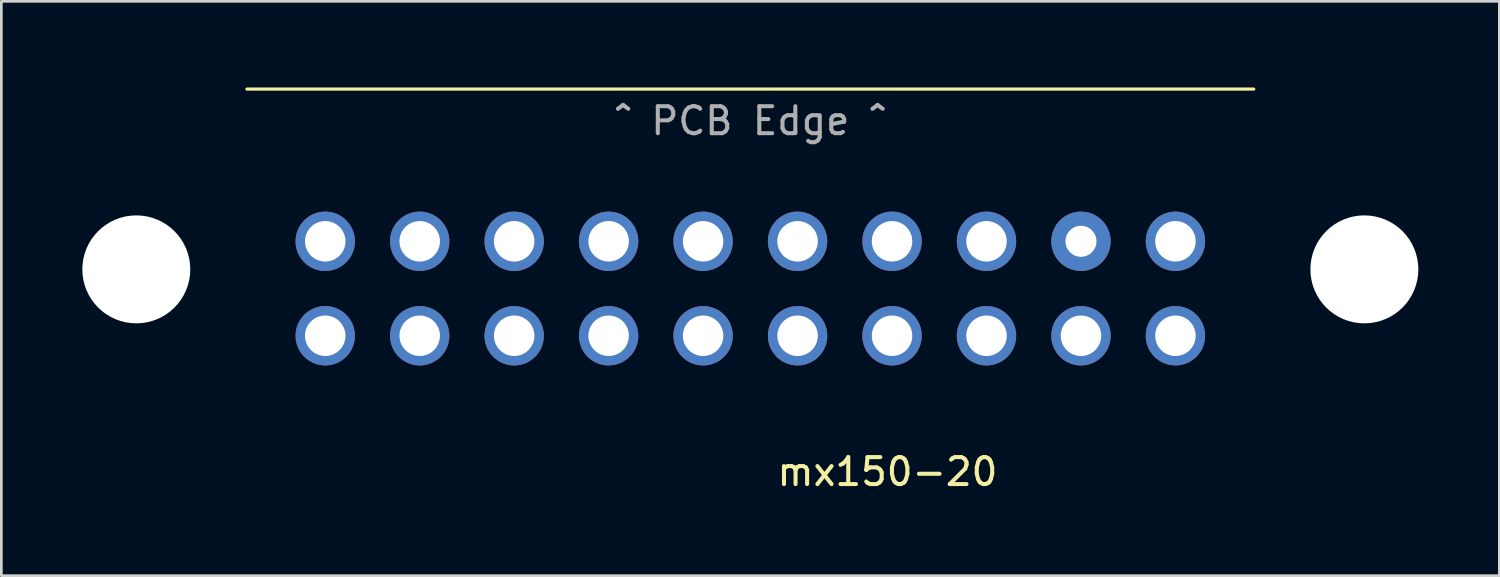
<source format=kicad_pcb>
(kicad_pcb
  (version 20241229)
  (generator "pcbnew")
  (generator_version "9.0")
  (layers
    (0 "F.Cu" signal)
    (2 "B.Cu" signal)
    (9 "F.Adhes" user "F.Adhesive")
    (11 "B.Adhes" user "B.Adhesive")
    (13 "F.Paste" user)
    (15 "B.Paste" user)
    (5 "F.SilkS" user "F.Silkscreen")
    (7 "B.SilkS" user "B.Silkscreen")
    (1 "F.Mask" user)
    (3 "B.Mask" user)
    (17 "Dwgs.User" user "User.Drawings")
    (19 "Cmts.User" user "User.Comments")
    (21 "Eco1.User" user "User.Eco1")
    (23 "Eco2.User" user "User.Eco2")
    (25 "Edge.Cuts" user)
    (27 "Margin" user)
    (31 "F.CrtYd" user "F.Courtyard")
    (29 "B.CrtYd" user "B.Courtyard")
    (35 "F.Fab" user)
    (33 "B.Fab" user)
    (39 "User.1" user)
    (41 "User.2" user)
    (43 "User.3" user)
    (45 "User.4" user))
  (footprint "mx150-20"
    (layer "F.Cu")
    (at 24.75 0.25)
    (property "Reference" "mx150-20" (at 5.08 14.18 0) (layer "F.SilkS") (effects (font (size 1 1) (thickness 0.15))))
    (attr through_hole)
    (fp_line (start 18.65 0) (end -18.65 0) (stroke (width 0.12) (type solid)) (layer "F.SilkS"))
    (fp_text user "^ PCB Edge ^" (at 0 1.18 0) (layer "F.Fab") (effects (font (size 1 1) (thickness 0.15))))
    (pad "" np_thru_hole circle (at -22.75 6.68) (size 4 4) (drill 4) (layers "*.Cu" "*.Mask"))
    (pad "" np_thru_hole circle (at 22.75 6.68) (size 4 4) (drill 4) (layers "*.Cu" "*.Mask"))
    (pad "1" thru_hole circle (at 15.75 9.14 180) (size 2.2 2.2) (drill 1.5) (layers "*.Cu" "*.Mask"))
    (pad "2" thru_hole circle (at 12.25 9.14 180) (size 2.2 2.2) (drill 1.5) (layers "*.Cu" "*.Mask"))
    (pad "3" thru_hole circle (at 8.75 9.14 180) (size 2.2 2.2) (drill 1.5) (layers "*.Cu" "*.Mask"))
    (pad "4" thru_hole circle (at 5.25 9.14 180) (size 2.2 2.2) (drill 1.5) (layers "*.Cu" "*.Mask"))
    (pad "5" thru_hole circle (at 1.75 9.14 180) (size 2.2 2.2) (drill 1.5) (layers "*.Cu" "*.Mask"))
    (pad "6" thru_hole circle (at -1.75 9.14 180) (size 2.2 2.2) (drill 1.5) (layers "*.Cu" "*.Mask"))
    (pad "7" thru_hole circle (at -5.25 9.14 180) (size 2.2 2.2) (drill 1.5) (layers "*.Cu" "*.Mask"))
    (pad "8" thru_hole circle (at -8.75 9.14 180) (size 2.2 2.2) (drill 1.5) (layers "*.Cu" "*.Mask"))
    (pad "9" thru_hole circle (at -12.25 9.14 180) (size 2.2 2.2) (drill 1.5) (layers "*.Cu" "*.Mask"))
    (pad "10" thru_hole circle (at -15.75 9.14 180) (size 2.2 2.2) (drill 1.5) (layers "*.Cu" "*.Mask"))
    (pad "11" thru_hole circle (at 15.75 5.64 180) (size 2.2 2.2) (drill 1.5) (layers "*.Cu" "*.Mask"))
    (pad "12" thru_hole circle (at 12.25 5.64 180) (size 2.2 2.2) (drill 1.15) (layers "*.Cu" "*.Mask"))
    (pad "13" thru_hole circle (at 8.75 5.64 180) (size 2.2 2.2) (drill 1.5) (layers "*.Cu" "*.Mask"))
    (pad "14" thru_hole circle (at 5.25 5.64 180) (size 2.2 2.2) (drill 1.5) (layers "*.Cu" "*.Mask"))
    (pad "15" thru_hole circle (at 1.75 5.64 180) (size 2.2 2.2) (drill 1.5) (layers "*.Cu" "*.Mask"))
    (pad "16" thru_hole circle (at -1.75 5.64 180) (size 2.2 2.2) (drill 1.5) (layers "*.Cu" "*.Mask"))
    (pad "17" thru_hole circle (at -5.25 5.64 180) (size 2.2 2.2) (drill 1.5) (layers "*.Cu" "*.Mask"))
    (pad "18" thru_hole circle (at -8.75 5.64 180) (size 2.2 2.2) (drill 1.5) (layers "*.Cu" "*.Mask"))
    (pad "19" thru_hole circle (at -12.25 5.64 180) (size 2.2 2.2) (drill 1.5) (layers "*.Cu" "*.Mask"))
    (pad "20" thru_hole circle (at -15.75 5.64 180) (size 2.2 2.2) (drill 1.5) (layers "*.Cu" "*.Mask")))
  (gr_rect
    (start -3 -3)
    (end 52.5 18.278)
    (stroke (width 0.1) (type default))
    (fill no)
    (layer "Edge.Cuts")))
</source>
